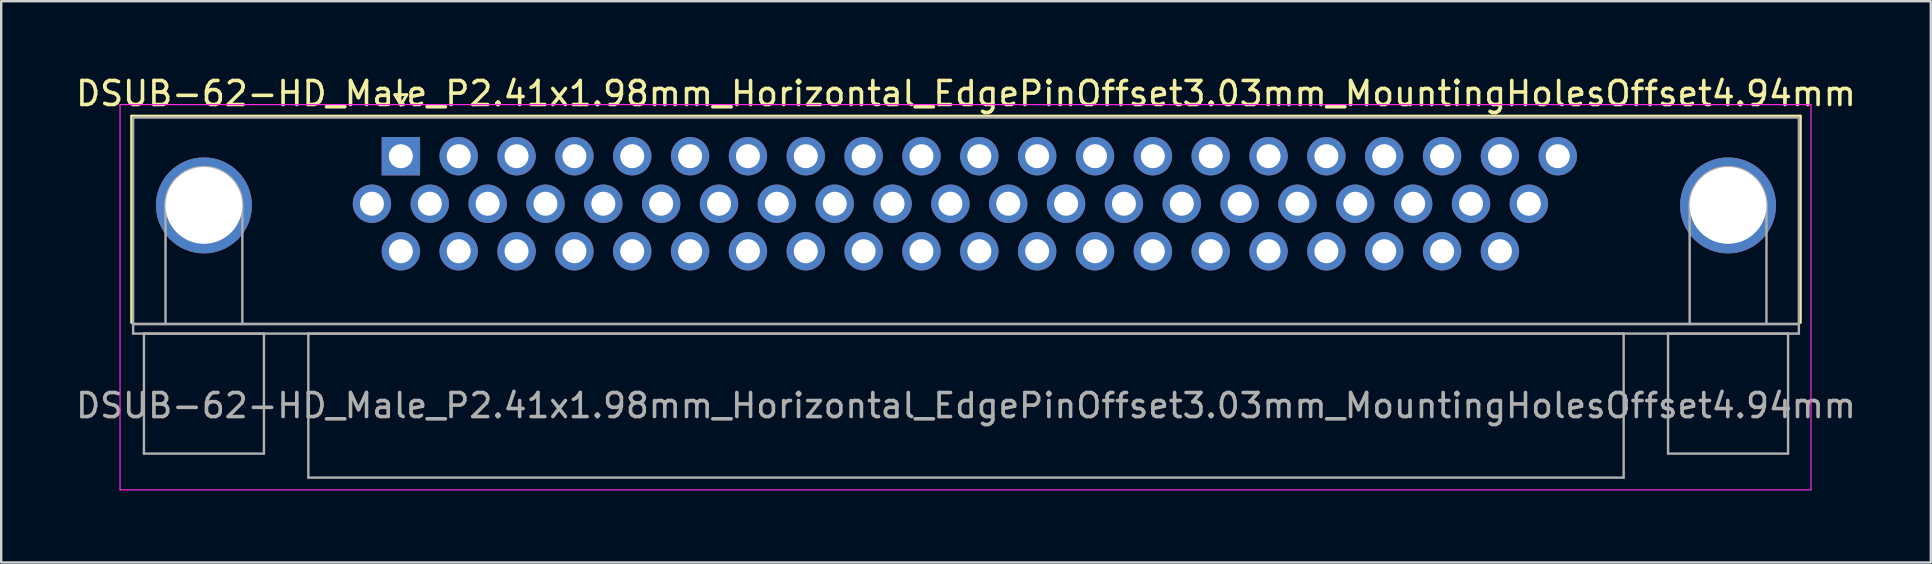
<source format=kicad_pcb>
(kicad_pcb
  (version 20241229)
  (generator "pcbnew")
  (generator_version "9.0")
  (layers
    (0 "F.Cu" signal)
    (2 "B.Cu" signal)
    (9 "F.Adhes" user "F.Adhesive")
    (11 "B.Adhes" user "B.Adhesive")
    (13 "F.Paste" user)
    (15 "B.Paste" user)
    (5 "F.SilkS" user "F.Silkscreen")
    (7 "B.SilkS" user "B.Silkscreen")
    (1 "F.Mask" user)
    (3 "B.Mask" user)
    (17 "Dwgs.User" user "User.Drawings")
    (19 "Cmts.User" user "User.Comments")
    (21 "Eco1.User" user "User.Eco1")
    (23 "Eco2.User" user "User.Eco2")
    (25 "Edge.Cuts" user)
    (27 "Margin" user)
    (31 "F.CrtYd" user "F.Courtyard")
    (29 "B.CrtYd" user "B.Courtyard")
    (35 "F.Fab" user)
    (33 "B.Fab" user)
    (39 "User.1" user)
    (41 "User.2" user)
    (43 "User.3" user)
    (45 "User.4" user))
  (footprint "DSUB-62-HD_Male_P2.41x1.98mm_Horizontal_EdgePinOffset3.03mm_MountingHolesOffset4.94mm"
    (layer "F.Cu")
    (at 13.651 3.458)
    (property "Reference" "DSUB-62-HD_Male_P2.41x1.98mm_Horizontal_EdgePinOffset3.03mm_MountingHolesOffset4.94mm" (at 23.545 -2.61 0) (layer "F.SilkS") (effects (font (size 1 1) (thickness 0.15))))
    (attr through_hole)
    (fp_line (start -11.215 -1.67) (end 58.305 -1.67) (stroke (width 0.12) (type solid)) (layer "F.SilkS"))
    (fp_line (start -11.215 6.93) (end -11.215 -1.67) (stroke (width 0.12) (type solid)) (layer "F.SilkS"))
    (fp_line (start -0.25 -2.564) (end 0.25 -2.564) (stroke (width 0.12) (type solid)) (layer "F.SilkS"))
    (fp_line (start 0 -2.131) (end -0.25 -2.564) (stroke (width 0.12) (type solid)) (layer "F.SilkS"))
    (fp_line (start 0.25 -2.564) (end 0 -2.131) (stroke (width 0.12) (type solid)) (layer "F.SilkS"))
    (fp_line (start 58.305 -1.67) (end 58.305 6.93) (stroke (width 0.12) (type solid)) (layer "F.SilkS"))
    (fp_line (start -11.7 -2.15) (end -11.7 13.9) (stroke (width 0.05) (type solid)) (layer "F.CrtYd"))
    (fp_line (start -11.7 13.9) (end 58.75 13.9) (stroke (width 0.05) (type solid)) (layer "F.CrtYd"))
    (fp_line (start 58.75 -2.15) (end -11.7 -2.15) (stroke (width 0.05) (type solid)) (layer "F.CrtYd"))
    (fp_line (start 58.75 13.9) (end 58.75 -2.15) (stroke (width 0.05) (type solid)) (layer "F.CrtYd"))
    (fp_line (start -11.155 -1.61) (end -11.155 6.99) (stroke (width 0.1) (type solid)) (layer "F.Fab"))
    (fp_line (start -11.155 6.99) (end -11.155 7.39) (stroke (width 0.1) (type solid)) (layer "F.Fab"))
    (fp_line (start -11.155 6.99) (end 58.245 6.99) (stroke (width 0.1) (type solid)) (layer "F.Fab"))
    (fp_line (start -11.155 7.39) (end 58.245 7.39) (stroke (width 0.1) (type solid)) (layer "F.Fab"))
    (fp_line (start -10.705 7.39) (end -10.705 12.39) (stroke (width 0.1) (type solid)) (layer "F.Fab"))
    (fp_line (start -10.705 12.39) (end -5.705 12.39) (stroke (width 0.1) (type solid)) (layer "F.Fab"))
    (fp_line (start -9.805 6.99) (end -9.805 2.05) (stroke (width 0.1) (type solid)) (layer "F.Fab"))
    (fp_line (start -6.605 6.99) (end -6.605 2.05) (stroke (width 0.1) (type solid)) (layer "F.Fab"))
    (fp_line (start -5.705 7.39) (end -10.705 7.39) (stroke (width 0.1) (type solid)) (layer "F.Fab"))
    (fp_line (start -5.705 12.39) (end -5.705 7.39) (stroke (width 0.1) (type solid)) (layer "F.Fab"))
    (fp_line (start -3.855 7.39) (end -3.855 13.39) (stroke (width 0.1) (type solid)) (layer "F.Fab"))
    (fp_line (start -3.855 13.39) (end 50.945 13.39) (stroke (width 0.1) (type solid)) (layer "F.Fab"))
    (fp_line (start 50.945 7.39) (end -3.855 7.39) (stroke (width 0.1) (type solid)) (layer "F.Fab"))
    (fp_line (start 50.945 13.39) (end 50.945 7.39) (stroke (width 0.1) (type solid)) (layer "F.Fab"))
    (fp_line (start 52.795 7.39) (end 52.795 12.39) (stroke (width 0.1) (type solid)) (layer "F.Fab"))
    (fp_line (start 52.795 12.39) (end 57.795 12.39) (stroke (width 0.1) (type solid)) (layer "F.Fab"))
    (fp_line (start 53.695 6.99) (end 53.695 2.05) (stroke (width 0.1) (type solid)) (layer "F.Fab"))
    (fp_line (start 56.895 6.99) (end 56.895 2.05) (stroke (width 0.1) (type solid)) (layer "F.Fab"))
    (fp_line (start 57.795 7.39) (end 52.795 7.39) (stroke (width 0.1) (type solid)) (layer "F.Fab"))
    (fp_line (start 57.795 12.39) (end 57.795 7.39) (stroke (width 0.1) (type solid)) (layer "F.Fab"))
    (fp_line (start 58.245 -1.61) (end -11.155 -1.61) (stroke (width 0.1) (type solid)) (layer "F.Fab"))
    (fp_line (start 58.245 6.99) (end -11.155 6.99) (stroke (width 0.1) (type solid)) (layer "F.Fab"))
    (fp_line (start 58.245 6.99) (end 58.245 -1.61) (stroke (width 0.1) (type solid)) (layer "F.Fab"))
    (fp_line (start 58.245 7.39) (end 58.245 6.99) (stroke (width 0.1) (type solid)) (layer "F.Fab"))
    (fp_arc (start -9.805 2.05) (mid -8.205 0.45) (end -6.605 2.05) (stroke (width 0.1) (type solid)) (layer "F.Fab"))
    (fp_arc (start 53.695 2.05) (mid 55.295 0.45) (end 56.895 2.05) (stroke (width 0.1) (type solid)) (layer "F.Fab"))
    (fp_text user "${REFERENCE}" (at 23.545 10.39 0) (layer "F.Fab") (effects (font (size 1 1) (thickness 0.15))))
    (pad "0" thru_hole circle (at -8.205 2.05) (size 4 4) (drill 3.2) (layers "*.Cu" "*.Mask"))
    (pad "0" thru_hole circle (at 55.295 2.05) (size 4 4) (drill 3.2) (layers "*.Cu" "*.Mask"))
    (pad "1" thru_hole rect (at 0 0) (size 1.6 1.6) (drill 1) (layers "*.Cu" "*.Mask"))
    (pad "2" thru_hole circle (at 2.41 0) (size 1.6 1.6) (drill 1) (layers "*.Cu" "*.Mask"))
    (pad "3" thru_hole circle (at 4.82 0) (size 1.6 1.6) (drill 1) (layers "*.Cu" "*.Mask"))
    (pad "4" thru_hole circle (at 7.23 0) (size 1.6 1.6) (drill 1) (layers "*.Cu" "*.Mask"))
    (pad "5" thru_hole circle (at 9.64 0) (size 1.6 1.6) (drill 1) (layers "*.Cu" "*.Mask"))
    (pad "6" thru_hole circle (at 12.05 0) (size 1.6 1.6) (drill 1) (layers "*.Cu" "*.Mask"))
    (pad "7" thru_hole circle (at 14.46 0) (size 1.6 1.6) (drill 1) (layers "*.Cu" "*.Mask"))
    (pad "8" thru_hole circle (at 16.87 0) (size 1.6 1.6) (drill 1) (layers "*.Cu" "*.Mask"))
    (pad "9" thru_hole circle (at 19.28 0) (size 1.6 1.6) (drill 1) (layers "*.Cu" "*.Mask"))
    (pad "10" thru_hole circle (at 21.69 0) (size 1.6 1.6) (drill 1) (layers "*.Cu" "*.Mask"))
    (pad "11" thru_hole circle (at 24.1 0) (size 1.6 1.6) (drill 1) (layers "*.Cu" "*.Mask"))
    (pad "12" thru_hole circle (at 26.51 0) (size 1.6 1.6) (drill 1) (layers "*.Cu" "*.Mask"))
    (pad "13" thru_hole circle (at 28.92 0) (size 1.6 1.6) (drill 1) (layers "*.Cu" "*.Mask"))
    (pad "14" thru_hole circle (at 31.33 0) (size 1.6 1.6) (drill 1) (layers "*.Cu" "*.Mask"))
    (pad "15" thru_hole circle (at 33.74 0) (size 1.6 1.6) (drill 1) (layers "*.Cu" "*.Mask"))
    (pad "16" thru_hole circle (at 36.15 0) (size 1.6 1.6) (drill 1) (layers "*.Cu" "*.Mask"))
    (pad "17" thru_hole circle (at 38.56 0) (size 1.6 1.6) (drill 1) (layers "*.Cu" "*.Mask"))
    (pad "18" thru_hole circle (at 40.97 0) (size 1.6 1.6) (drill 1) (layers "*.Cu" "*.Mask"))
    (pad "19" thru_hole circle (at 43.38 0) (size 1.6 1.6) (drill 1) (layers "*.Cu" "*.Mask"))
    (pad "20" thru_hole circle (at 45.79 0) (size 1.6 1.6) (drill 1) (layers "*.Cu" "*.Mask"))
    (pad "21" thru_hole circle (at 48.2 0) (size 1.6 1.6) (drill 1) (layers "*.Cu" "*.Mask"))
    (pad "22" thru_hole circle (at -1.205 1.98) (size 1.6 1.6) (drill 1) (layers "*.Cu" "*.Mask"))
    (pad "23" thru_hole circle (at 1.205 1.98) (size 1.6 1.6) (drill 1) (layers "*.Cu" "*.Mask"))
    (pad "24" thru_hole circle (at 3.615 1.98) (size 1.6 1.6) (drill 1) (layers "*.Cu" "*.Mask"))
    (pad "25" thru_hole circle (at 6.025 1.98) (size 1.6 1.6) (drill 1) (layers "*.Cu" "*.Mask"))
    (pad "26" thru_hole circle (at 8.435 1.98) (size 1.6 1.6) (drill 1) (layers "*.Cu" "*.Mask"))
    (pad "27" thru_hole circle (at 10.845 1.98) (size 1.6 1.6) (drill 1) (layers "*.Cu" "*.Mask"))
    (pad "28" thru_hole circle (at 13.255 1.98) (size 1.6 1.6) (drill 1) (layers "*.Cu" "*.Mask"))
    (pad "29" thru_hole circle (at 15.665 1.98) (size 1.6 1.6) (drill 1) (layers "*.Cu" "*.Mask"))
    (pad "30" thru_hole circle (at 18.075 1.98) (size 1.6 1.6) (drill 1) (layers "*.Cu" "*.Mask"))
    (pad "31" thru_hole circle (at 20.485 1.98) (size 1.6 1.6) (drill 1) (layers "*.Cu" "*.Mask"))
    (pad "32" thru_hole circle (at 22.895 1.98) (size 1.6 1.6) (drill 1) (layers "*.Cu" "*.Mask"))
    (pad "33" thru_hole circle (at 25.305 1.98) (size 1.6 1.6) (drill 1) (layers "*.Cu" "*.Mask"))
    (pad "34" thru_hole circle (at 27.715 1.98) (size 1.6 1.6) (drill 1) (layers "*.Cu" "*.Mask"))
    (pad "35" thru_hole circle (at 30.125 1.98) (size 1.6 1.6) (drill 1) (layers "*.Cu" "*.Mask"))
    (pad "36" thru_hole circle (at 32.535 1.98) (size 1.6 1.6) (drill 1) (layers "*.Cu" "*.Mask"))
    (pad "37" thru_hole circle (at 34.945 1.98) (size 1.6 1.6) (drill 1) (layers "*.Cu" "*.Mask"))
    (pad "38" thru_hole circle (at 37.355 1.98) (size 1.6 1.6) (drill 1) (layers "*.Cu" "*.Mask"))
    (pad "39" thru_hole circle (at 39.765 1.98) (size 1.6 1.6) (drill 1) (layers "*.Cu" "*.Mask"))
    (pad "40" thru_hole circle (at 42.175 1.98) (size 1.6 1.6) (drill 1) (layers "*.Cu" "*.Mask"))
    (pad "41" thru_hole circle (at 44.585 1.98) (size 1.6 1.6) (drill 1) (layers "*.Cu" "*.Mask"))
    (pad "42" thru_hole circle (at 46.995 1.98) (size 1.6 1.6) (drill 1) (layers "*.Cu" "*.Mask"))
    (pad "43" thru_hole circle (at 0 3.96) (size 1.6 1.6) (drill 1) (layers "*.Cu" "*.Mask"))
    (pad "44" thru_hole circle (at 2.41 3.96) (size 1.6 1.6) (drill 1) (layers "*.Cu" "*.Mask"))
    (pad "45" thru_hole circle (at 4.82 3.96) (size 1.6 1.6) (drill 1) (layers "*.Cu" "*.Mask"))
    (pad "46" thru_hole circle (at 7.23 3.96) (size 1.6 1.6) (drill 1) (layers "*.Cu" "*.Mask"))
    (pad "47" thru_hole circle (at 9.64 3.96) (size 1.6 1.6) (drill 1) (layers "*.Cu" "*.Mask"))
    (pad "48" thru_hole circle (at 12.05 3.96) (size 1.6 1.6) (drill 1) (layers "*.Cu" "*.Mask"))
    (pad "49" thru_hole circle (at 14.46 3.96) (size 1.6 1.6) (drill 1) (layers "*.Cu" "*.Mask"))
    (pad "50" thru_hole circle (at 16.87 3.96) (size 1.6 1.6) (drill 1) (layers "*.Cu" "*.Mask"))
    (pad "51" thru_hole circle (at 19.28 3.96) (size 1.6 1.6) (drill 1) (layers "*.Cu" "*.Mask"))
    (pad "52" thru_hole circle (at 21.69 3.96) (size 1.6 1.6) (drill 1) (layers "*.Cu" "*.Mask"))
    (pad "53" thru_hole circle (at 24.1 3.96) (size 1.6 1.6) (drill 1) (layers "*.Cu" "*.Mask"))
    (pad "54" thru_hole circle (at 26.51 3.96) (size 1.6 1.6) (drill 1) (layers "*.Cu" "*.Mask"))
    (pad "55" thru_hole circle (at 28.92 3.96) (size 1.6 1.6) (drill 1) (layers "*.Cu" "*.Mask"))
    (pad "56" thru_hole circle (at 31.33 3.96) (size 1.6 1.6) (drill 1) (layers "*.Cu" "*.Mask"))
    (pad "57" thru_hole circle (at 33.74 3.96) (size 1.6 1.6) (drill 1) (layers "*.Cu" "*.Mask"))
    (pad "58" thru_hole circle (at 36.15 3.96) (size 1.6 1.6) (drill 1) (layers "*.Cu" "*.Mask"))
    (pad "59" thru_hole circle (at 38.56 3.96) (size 1.6 1.6) (drill 1) (layers "*.Cu" "*.Mask"))
    (pad "60" thru_hole circle (at 40.97 3.96) (size 1.6 1.6) (drill 1) (layers "*.Cu" "*.Mask"))
    (pad "61" thru_hole circle (at 43.38 3.96) (size 1.6 1.6) (drill 1) (layers "*.Cu" "*.Mask"))
    (pad "62" thru_hole circle (at 45.79 3.96) (size 1.6 1.6) (drill 1) (layers "*.Cu" "*.Mask")))
  (gr_rect
    (start -3 -3)
    (end 77.393 20.383)
    (stroke (width 0.1) (type default))
    (fill no)
    (layer "Edge.Cuts")))
</source>
